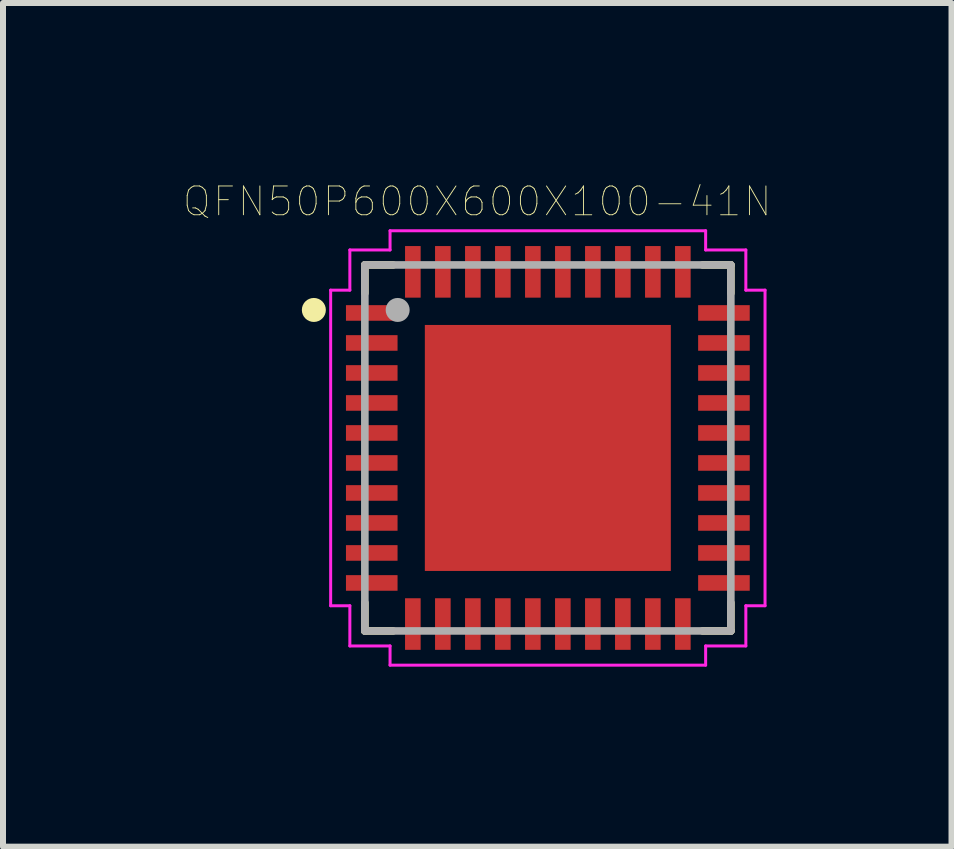
<source format=kicad_pcb>
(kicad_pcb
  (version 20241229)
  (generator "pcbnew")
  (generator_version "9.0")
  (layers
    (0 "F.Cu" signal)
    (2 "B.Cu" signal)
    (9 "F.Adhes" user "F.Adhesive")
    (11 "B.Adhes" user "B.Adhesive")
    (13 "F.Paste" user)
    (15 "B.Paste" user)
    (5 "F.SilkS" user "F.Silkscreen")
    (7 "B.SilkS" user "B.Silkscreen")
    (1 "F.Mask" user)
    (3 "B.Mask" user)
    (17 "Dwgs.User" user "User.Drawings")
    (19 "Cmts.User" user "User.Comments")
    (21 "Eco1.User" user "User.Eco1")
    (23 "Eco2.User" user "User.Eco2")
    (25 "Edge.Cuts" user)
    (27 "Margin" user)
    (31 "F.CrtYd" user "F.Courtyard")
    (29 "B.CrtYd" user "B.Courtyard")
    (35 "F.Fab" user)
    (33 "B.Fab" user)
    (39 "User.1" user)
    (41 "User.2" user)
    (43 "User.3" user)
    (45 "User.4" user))
  (footprint "QFN50P600X600X100-41N"
    (layer "F.Cu")
    (at 6.081 4.416)
    (property "Reference" "QFN50P600X600X100-41N" (at -1.177 -4.108 0) (layer "F.SilkS") (effects (font (size 0.48 0.48) (thickness 0.015))))
    (attr through_hole)
    (fp_line (start -3.05 -3.05) (end -2.58 -3.05) (stroke (width 0.127) (type solid)) (layer "F.SilkS"))
    (fp_line (start -3.05 -2.58) (end -3.05 -3.05) (stroke (width 0.127) (type solid)) (layer "F.SilkS"))
    (fp_line (start -3.05 2.58) (end -3.05 3.05) (stroke (width 0.127) (type solid)) (layer "F.SilkS"))
    (fp_line (start -3.05 3.05) (end -2.58 3.05) (stroke (width 0.127) (type solid)) (layer "F.SilkS"))
    (fp_line (start 2.58 -3.05) (end 3.05 -3.05) (stroke (width 0.127) (type solid)) (layer "F.SilkS"))
    (fp_line (start 2.58 3.05) (end 3.05 3.05) (stroke (width 0.127) (type solid)) (layer "F.SilkS"))
    (fp_line (start 3.05 -3.05) (end 3.05 -2.58) (stroke (width 0.127) (type solid)) (layer "F.SilkS"))
    (fp_line (start 3.05 3.05) (end 3.05 2.58) (stroke (width 0.127) (type solid)) (layer "F.SilkS"))
    (fp_circle (center -3.9 -2.3) (end -3.8 -2.3) (stroke (width 0.2) (type solid)) (fill no) (layer "F.SilkS"))
    (fp_line (start -3.62 -2.63) (end -3.3 -2.63) (stroke (width 0.05) (type solid)) (layer "F.CrtYd"))
    (fp_line (start -3.62 2.63) (end -3.62 -2.63) (stroke (width 0.05) (type solid)) (layer "F.CrtYd"))
    (fp_line (start -3.3 -3.3) (end -2.63 -3.3) (stroke (width 0.05) (type solid)) (layer "F.CrtYd"))
    (fp_line (start -3.3 -2.63) (end -3.3 -3.3) (stroke (width 0.05) (type solid)) (layer "F.CrtYd"))
    (fp_line (start -3.3 2.63) (end -3.62 2.63) (stroke (width 0.05) (type solid)) (layer "F.CrtYd"))
    (fp_line (start -3.3 3.3) (end -3.3 2.63) (stroke (width 0.05) (type solid)) (layer "F.CrtYd"))
    (fp_line (start -2.63 -3.62) (end 2.63 -3.62) (stroke (width 0.05) (type solid)) (layer "F.CrtYd"))
    (fp_line (start -2.63 -3.3) (end -2.63 -3.62) (stroke (width 0.05) (type solid)) (layer "F.CrtYd"))
    (fp_line (start -2.63 3.3) (end -3.3 3.3) (stroke (width 0.05) (type solid)) (layer "F.CrtYd"))
    (fp_line (start -2.63 3.62) (end -2.63 3.3) (stroke (width 0.05) (type solid)) (layer "F.CrtYd"))
    (fp_line (start 2.63 -3.62) (end 2.63 -3.3) (stroke (width 0.05) (type solid)) (layer "F.CrtYd"))
    (fp_line (start 2.63 -3.3) (end 3.3 -3.3) (stroke (width 0.05) (type solid)) (layer "F.CrtYd"))
    (fp_line (start 2.63 3.3) (end 2.63 3.62) (stroke (width 0.05) (type solid)) (layer "F.CrtYd"))
    (fp_line (start 2.63 3.62) (end -2.63 3.62) (stroke (width 0.05) (type solid)) (layer "F.CrtYd"))
    (fp_line (start 3.3 -3.3) (end 3.3 -2.63) (stroke (width 0.05) (type solid)) (layer "F.CrtYd"))
    (fp_line (start 3.3 -2.63) (end 3.62 -2.63) (stroke (width 0.05) (type solid)) (layer "F.CrtYd"))
    (fp_line (start 3.3 2.63) (end 3.3 3.3) (stroke (width 0.05) (type solid)) (layer "F.CrtYd"))
    (fp_line (start 3.3 3.3) (end 2.63 3.3) (stroke (width 0.05) (type solid)) (layer "F.CrtYd"))
    (fp_line (start 3.62 -2.63) (end 3.62 2.63) (stroke (width 0.05) (type solid)) (layer "F.CrtYd"))
    (fp_line (start 3.62 2.63) (end 3.3 2.63) (stroke (width 0.05) (type solid)) (layer "F.CrtYd"))
    (fp_line (start -3.05 -3.05) (end 3.05 -3.05) (stroke (width 0.127) (type solid)) (layer "F.Fab"))
    (fp_line (start -3.05 3.05) (end -3.05 -3.05) (stroke (width 0.127) (type solid)) (layer "F.Fab"))
    (fp_line (start 3.05 -3.05) (end 3.05 3.05) (stroke (width 0.127) (type solid)) (layer "F.Fab"))
    (fp_line (start 3.05 3.05) (end -3.05 3.05) (stroke (width 0.127) (type solid)) (layer "F.Fab"))
    (fp_circle (center -2.503 -2.3) (end -2.403 -2.3) (stroke (width 0.2) (type solid)) (fill no) (layer "F.Fab"))
    (pad "1" smd rect (at -2.935 -2.25) (size 0.86 0.26) (layers "F.Cu" "F.Mask" "F.Paste"))
    (pad "2" smd rect (at -2.935 -1.75) (size 0.86 0.26) (layers "F.Cu" "F.Mask" "F.Paste"))
    (pad "3" smd rect (at -2.935 -1.25) (size 0.86 0.26) (layers "F.Cu" "F.Mask" "F.Paste"))
    (pad "4" smd rect (at -2.935 -0.75) (size 0.86 0.26) (layers "F.Cu" "F.Mask" "F.Paste"))
    (pad "5" smd rect (at -2.935 -0.25) (size 0.86 0.26) (layers "F.Cu" "F.Mask" "F.Paste"))
    (pad "6" smd rect (at -2.935 0.25) (size 0.86 0.26) (layers "F.Cu" "F.Mask" "F.Paste"))
    (pad "7" smd rect (at -2.935 0.75) (size 0.86 0.26) (layers "F.Cu" "F.Mask" "F.Paste"))
    (pad "8" smd rect (at -2.935 1.25) (size 0.86 0.26) (layers "F.Cu" "F.Mask" "F.Paste"))
    (pad "9" smd rect (at -2.935 1.75) (size 0.86 0.26) (layers "F.Cu" "F.Mask" "F.Paste"))
    (pad "10" smd rect (at -2.935 2.25) (size 0.86 0.26) (layers "F.Cu" "F.Mask" "F.Paste"))
    (pad "11" smd rect (at -2.25 2.935) (size 0.26 0.86) (layers "F.Cu" "F.Mask" "F.Paste"))
    (pad "12" smd rect (at -1.75 2.935) (size 0.26 0.86) (layers "F.Cu" "F.Mask" "F.Paste"))
    (pad "13" smd rect (at -1.25 2.935) (size 0.26 0.86) (layers "F.Cu" "F.Mask" "F.Paste"))
    (pad "14" smd rect (at -0.75 2.935) (size 0.26 0.86) (layers "F.Cu" "F.Mask" "F.Paste"))
    (pad "15" smd rect (at -0.25 2.935) (size 0.26 0.86) (layers "F.Cu" "F.Mask" "F.Paste"))
    (pad "16" smd rect (at 0.25 2.935) (size 0.26 0.86) (layers "F.Cu" "F.Mask" "F.Paste"))
    (pad "17" smd rect (at 0.75 2.935) (size 0.26 0.86) (layers "F.Cu" "F.Mask" "F.Paste"))
    (pad "18" smd rect (at 1.25 2.935) (size 0.26 0.86) (layers "F.Cu" "F.Mask" "F.Paste"))
    (pad "19" smd rect (at 1.75 2.935) (size 0.26 0.86) (layers "F.Cu" "F.Mask" "F.Paste"))
    (pad "20" smd rect (at 2.25 2.935) (size 0.26 0.86) (layers "F.Cu" "F.Mask" "F.Paste"))
    (pad "21" smd rect (at 2.935 2.25) (size 0.86 0.26) (layers "F.Cu" "F.Mask" "F.Paste"))
    (pad "22" smd rect (at 2.935 1.75) (size 0.86 0.26) (layers "F.Cu" "F.Mask" "F.Paste"))
    (pad "23" smd rect (at 2.935 1.25) (size 0.86 0.26) (layers "F.Cu" "F.Mask" "F.Paste"))
    (pad "24" smd rect (at 2.935 0.75) (size 0.86 0.26) (layers "F.Cu" "F.Mask" "F.Paste"))
    (pad "25" smd rect (at 2.935 0.25) (size 0.86 0.26) (layers "F.Cu" "F.Mask" "F.Paste"))
    (pad "26" smd rect (at 2.935 -0.25) (size 0.86 0.26) (layers "F.Cu" "F.Mask" "F.Paste"))
    (pad "27" smd rect (at 2.935 -0.75) (size 0.86 0.26) (layers "F.Cu" "F.Mask" "F.Paste"))
    (pad "28" smd rect (at 2.935 -1.25) (size 0.86 0.26) (layers "F.Cu" "F.Mask" "F.Paste"))
    (pad "29" smd rect (at 2.935 -1.75) (size 0.86 0.26) (layers "F.Cu" "F.Mask" "F.Paste"))
    (pad "30" smd rect (at 2.935 -2.25) (size 0.86 0.26) (layers "F.Cu" "F.Mask" "F.Paste"))
    (pad "31" smd rect (at 2.25 -2.935) (size 0.26 0.86) (layers "F.Cu" "F.Mask" "F.Paste"))
    (pad "32" smd rect (at 1.75 -2.935) (size 0.26 0.86) (layers "F.Cu" "F.Mask" "F.Paste"))
    (pad "33" smd rect (at 1.25 -2.935) (size 0.26 0.86) (layers "F.Cu" "F.Mask" "F.Paste"))
    (pad "34" smd rect (at 0.75 -2.935) (size 0.26 0.86) (layers "F.Cu" "F.Mask" "F.Paste"))
    (pad "35" smd rect (at 0.25 -2.935) (size 0.26 0.86) (layers "F.Cu" "F.Mask" "F.Paste"))
    (pad "36" smd rect (at -0.25 -2.935) (size 0.26 0.86) (layers "F.Cu" "F.Mask" "F.Paste"))
    (pad "37" smd rect (at -0.75 -2.935) (size 0.26 0.86) (layers "F.Cu" "F.Mask" "F.Paste"))
    (pad "38" smd rect (at -1.25 -2.935) (size 0.26 0.86) (layers "F.Cu" "F.Mask" "F.Paste"))
    (pad "39" smd rect (at -1.75 -2.935) (size 0.26 0.86) (layers "F.Cu" "F.Mask" "F.Paste"))
    (pad "40" smd rect (at -2.25 -2.935) (size 0.26 0.86) (layers "F.Cu" "F.Mask" "F.Paste"))
    (pad "41" smd rect (at 0 0) (size 4.1 4.1) (layers "F.Cu" "F.Mask" "F.Paste")))
  (gr_rect
    (start -3 -3)
    (end 12.809 11.061)
    (stroke (width 0.1) (type default))
    (fill no)
    (layer "Edge.Cuts")))
</source>
